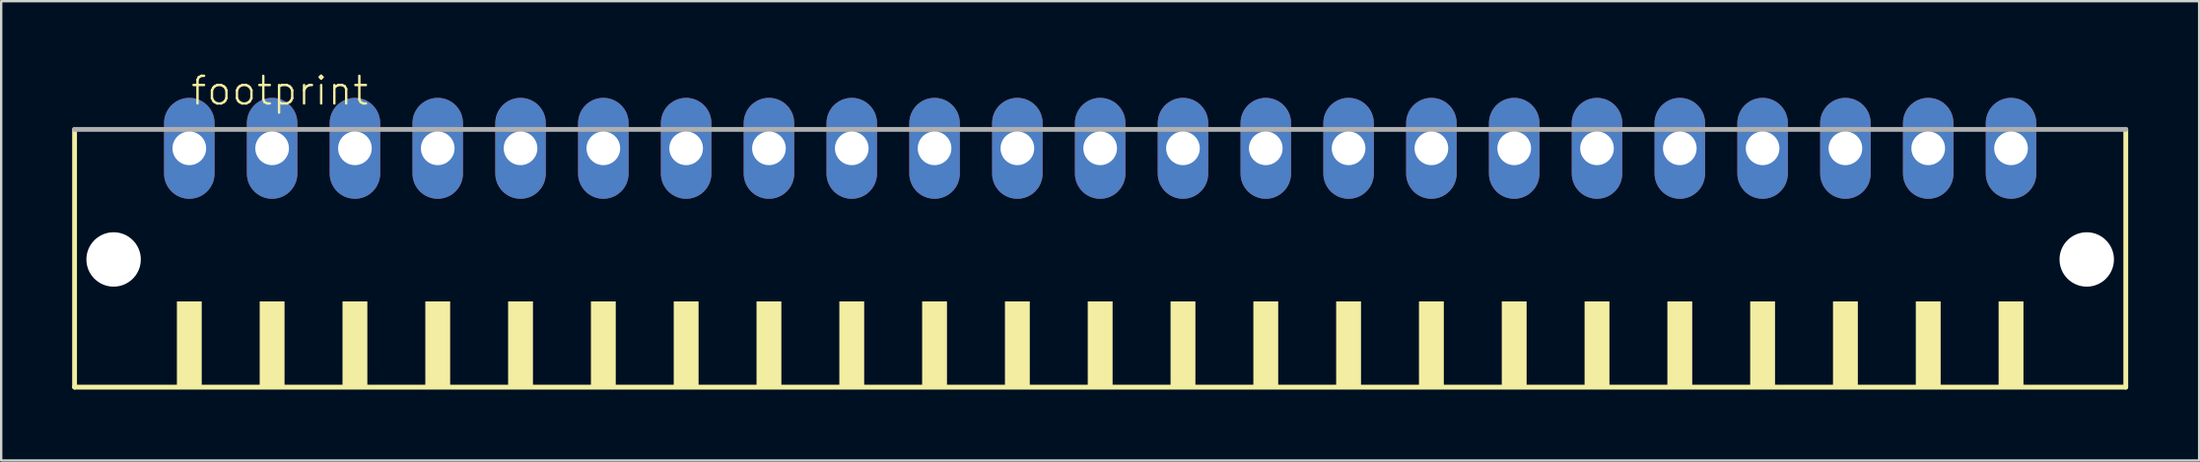
<source format=kicad_pcb>
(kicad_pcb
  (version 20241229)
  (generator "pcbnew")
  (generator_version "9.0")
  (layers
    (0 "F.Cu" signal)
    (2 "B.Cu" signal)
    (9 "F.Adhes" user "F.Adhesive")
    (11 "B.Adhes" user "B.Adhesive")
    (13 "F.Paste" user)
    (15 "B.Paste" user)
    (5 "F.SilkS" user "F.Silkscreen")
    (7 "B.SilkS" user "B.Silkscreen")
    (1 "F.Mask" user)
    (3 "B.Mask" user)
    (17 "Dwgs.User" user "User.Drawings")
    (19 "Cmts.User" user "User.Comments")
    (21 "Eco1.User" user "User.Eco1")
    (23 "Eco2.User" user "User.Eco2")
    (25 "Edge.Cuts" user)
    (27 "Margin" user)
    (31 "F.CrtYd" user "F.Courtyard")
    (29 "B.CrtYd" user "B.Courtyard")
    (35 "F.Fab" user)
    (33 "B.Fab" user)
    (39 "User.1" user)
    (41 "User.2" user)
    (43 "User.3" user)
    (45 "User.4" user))
  (footprint "footprint"
    (layer "F.Cu")
    (at 43.452 8.473)
    (property "Reference" "footprint" (at -38.5 -7 0) (layer "F.SilkS") (effects (font (size 1.168 1.168) (thickness 0.102)) (justify left bottom)))
    (fp_line (start -43.35 -6.05) (end -43.35 4.85) (stroke (width 0.203) (type solid)) (layer "F.SilkS"))
    (fp_line (start -43.35 4.85) (end 43.35 4.85) (stroke (width 0.203) (type solid)) (layer "F.SilkS"))
    (fp_line (start 43.35 4.85) (end 43.35 -6.05) (stroke (width 0.203) (type solid)) (layer "F.SilkS"))
    (fp_poly (pts (xy -39.025 4.9) (xy -37.975 4.9) (xy -37.975 1.225) (xy -39.025 1.225)) (stroke (width 0) (type solid)) (fill yes) (layer "F.SilkS"))
    (fp_poly (pts (xy -35.525 4.9) (xy -34.475 4.9) (xy -34.475 1.225) (xy -35.525 1.225)) (stroke (width 0) (type solid)) (fill yes) (layer "F.SilkS"))
    (fp_poly (pts (xy -32.025 4.9) (xy -30.975 4.9) (xy -30.975 1.225) (xy -32.025 1.225)) (stroke (width 0) (type solid)) (fill yes) (layer "F.SilkS"))
    (fp_poly (pts (xy -28.525 4.9) (xy -27.475 4.9) (xy -27.475 1.225) (xy -28.525 1.225)) (stroke (width 0) (type solid)) (fill yes) (layer "F.SilkS"))
    (fp_poly (pts (xy -25.025 4.9) (xy -23.975 4.9) (xy -23.975 1.225) (xy -25.025 1.225)) (stroke (width 0) (type solid)) (fill yes) (layer "F.SilkS"))
    (fp_poly (pts (xy -21.525 4.9) (xy -20.475 4.9) (xy -20.475 1.225) (xy -21.525 1.225)) (stroke (width 0) (type solid)) (fill yes) (layer "F.SilkS"))
    (fp_poly (pts (xy -18.025 4.9) (xy -16.975 4.9) (xy -16.975 1.225) (xy -18.025 1.225)) (stroke (width 0) (type solid)) (fill yes) (layer "F.SilkS"))
    (fp_poly (pts (xy -14.525 4.9) (xy -13.475 4.9) (xy -13.475 1.225) (xy -14.525 1.225)) (stroke (width 0) (type solid)) (fill yes) (layer "F.SilkS"))
    (fp_poly (pts (xy -11.025 4.9) (xy -9.975 4.9) (xy -9.975 1.225) (xy -11.025 1.225)) (stroke (width 0) (type solid)) (fill yes) (layer "F.SilkS"))
    (fp_poly (pts (xy -7.525 4.9) (xy -6.475 4.9) (xy -6.475 1.225) (xy -7.525 1.225)) (stroke (width 0) (type solid)) (fill yes) (layer "F.SilkS"))
    (fp_poly (pts (xy -4.025 4.9) (xy -2.975 4.9) (xy -2.975 1.225) (xy -4.025 1.225)) (stroke (width 0) (type solid)) (fill yes) (layer "F.SilkS"))
    (fp_poly (pts (xy -0.525 4.9) (xy 0.525 4.9) (xy 0.525 1.225) (xy -0.525 1.225)) (stroke (width 0) (type solid)) (fill yes) (layer "F.SilkS"))
    (fp_poly (pts (xy 2.975 4.9) (xy 4.025 4.9) (xy 4.025 1.225) (xy 2.975 1.225)) (stroke (width 0) (type solid)) (fill yes) (layer "F.SilkS"))
    (fp_poly (pts (xy 6.475 4.9) (xy 7.525 4.9) (xy 7.525 1.225) (xy 6.475 1.225)) (stroke (width 0) (type solid)) (fill yes) (layer "F.SilkS"))
    (fp_poly (pts (xy 9.975 4.9) (xy 11.025 4.9) (xy 11.025 1.225) (xy 9.975 1.225)) (stroke (width 0) (type solid)) (fill yes) (layer "F.SilkS"))
    (fp_poly (pts (xy 13.475 4.9) (xy 14.525 4.9) (xy 14.525 1.225) (xy 13.475 1.225)) (stroke (width 0) (type solid)) (fill yes) (layer "F.SilkS"))
    (fp_poly (pts (xy 16.975 4.9) (xy 18.025 4.9) (xy 18.025 1.225) (xy 16.975 1.225)) (stroke (width 0) (type solid)) (fill yes) (layer "F.SilkS"))
    (fp_poly (pts (xy 20.475 4.9) (xy 21.525 4.9) (xy 21.525 1.225) (xy 20.475 1.225)) (stroke (width 0) (type solid)) (fill yes) (layer "F.SilkS"))
    (fp_poly (pts (xy 23.975 4.9) (xy 25.025 4.9) (xy 25.025 1.225) (xy 23.975 1.225)) (stroke (width 0) (type solid)) (fill yes) (layer "F.SilkS"))
    (fp_poly (pts (xy 27.475 4.9) (xy 28.525 4.9) (xy 28.525 1.225) (xy 27.475 1.225)) (stroke (width 0) (type solid)) (fill yes) (layer "F.SilkS"))
    (fp_poly (pts (xy 30.975 4.9) (xy 32.025 4.9) (xy 32.025 1.225) (xy 30.975 1.225)) (stroke (width 0) (type solid)) (fill yes) (layer "F.SilkS"))
    (fp_poly (pts (xy 34.475 4.9) (xy 35.525 4.9) (xy 35.525 1.225) (xy 34.475 1.225)) (stroke (width 0) (type solid)) (fill yes) (layer "F.SilkS"))
    (fp_poly (pts (xy 37.975 4.9) (xy 39.025 4.9) (xy 39.025 1.225) (xy 37.975 1.225)) (stroke (width 0) (type solid)) (fill yes) (layer "F.SilkS"))
    (fp_line (start 43.35 -6.05) (end -43.35 -6.05) (stroke (width 0.203) (type solid)) (layer "F.Fab"))
    (pad "" np_thru_hole circle (at -41.7 -0.55) (size 2.3 2.3) (drill 2.3) (layers "*.Cu" "*.Mask"))
    (pad "" np_thru_hole circle (at 41.7 -0.55) (size 2.3 2.3) (drill 2.3) (layers "*.Cu" "*.Mask"))
    (pad "1" thru_hole oval (at -38.5 -5.25 90) (size 4.267 2.134) (drill 1.422) (layers "*.Cu" "*.Mask"))
    (pad "2" thru_hole oval (at -35 -5.25 90) (size 4.267 2.134) (drill 1.422) (layers "*.Cu" "*.Mask"))
    (pad "3" thru_hole oval (at -31.5 -5.25 90) (size 4.267 2.134) (drill 1.422) (layers "*.Cu" "*.Mask"))
    (pad "4" thru_hole oval (at -28 -5.25 90) (size 4.267 2.134) (drill 1.422) (layers "*.Cu" "*.Mask"))
    (pad "5" thru_hole oval (at -24.5 -5.25 90) (size 4.267 2.134) (drill 1.422) (layers "*.Cu" "*.Mask"))
    (pad "6" thru_hole oval (at -21 -5.25 90) (size 4.267 2.134) (drill 1.422) (layers "*.Cu" "*.Mask"))
    (pad "7" thru_hole oval (at -17.5 -5.25 90) (size 4.267 2.134) (drill 1.422) (layers "*.Cu" "*.Mask"))
    (pad "8" thru_hole oval (at -14 -5.25 90) (size 4.267 2.134) (drill 1.422) (layers "*.Cu" "*.Mask"))
    (pad "9" thru_hole oval (at -10.5 -5.25 90) (size 4.267 2.134) (drill 1.422) (layers "*.Cu" "*.Mask"))
    (pad "10" thru_hole oval (at -7 -5.25 90) (size 4.267 2.134) (drill 1.422) (layers "*.Cu" "*.Mask"))
    (pad "11" thru_hole oval (at -3.5 -5.25 90) (size 4.267 2.134) (drill 1.422) (layers "*.Cu" "*.Mask"))
    (pad "12" thru_hole oval (at 0 -5.25 90) (size 4.267 2.134) (drill 1.422) (layers "*.Cu" "*.Mask"))
    (pad "13" thru_hole oval (at 3.5 -5.25 90) (size 4.267 2.134) (drill 1.422) (layers "*.Cu" "*.Mask"))
    (pad "14" thru_hole oval (at 7 -5.25 90) (size 4.267 2.134) (drill 1.422) (layers "*.Cu" "*.Mask"))
    (pad "15" thru_hole oval (at 10.5 -5.25 90) (size 4.267 2.134) (drill 1.422) (layers "*.Cu" "*.Mask"))
    (pad "16" thru_hole oval (at 14 -5.25 90) (size 4.267 2.134) (drill 1.422) (layers "*.Cu" "*.Mask"))
    (pad "17" thru_hole oval (at 17.5 -5.25 90) (size 4.267 2.134) (drill 1.422) (layers "*.Cu" "*.Mask"))
    (pad "18" thru_hole oval (at 21 -5.25 90) (size 4.267 2.134) (drill 1.422) (layers "*.Cu" "*.Mask"))
    (pad "19" thru_hole oval (at 24.5 -5.25 90) (size 4.267 2.134) (drill 1.422) (layers "*.Cu" "*.Mask"))
    (pad "20" thru_hole oval (at 28 -5.25 90) (size 4.267 2.134) (drill 1.422) (layers "*.Cu" "*.Mask"))
    (pad "21" thru_hole oval (at 31.5 -5.25 90) (size 4.267 2.134) (drill 1.422) (layers "*.Cu" "*.Mask"))
    (pad "22" thru_hole oval (at 35 -5.25 90) (size 4.267 2.134) (drill 1.422) (layers "*.Cu" "*.Mask"))
    (pad "23" thru_hole oval (at 38.5 -5.25 90) (size 4.267 2.134) (drill 1.422) (layers "*.Cu" "*.Mask")))
  (gr_rect
    (start -3 -3)
    (end 89.903 16.425)
    (stroke (width 0.1) (type default))
    (fill no)
    (layer "Edge.Cuts")))
</source>
